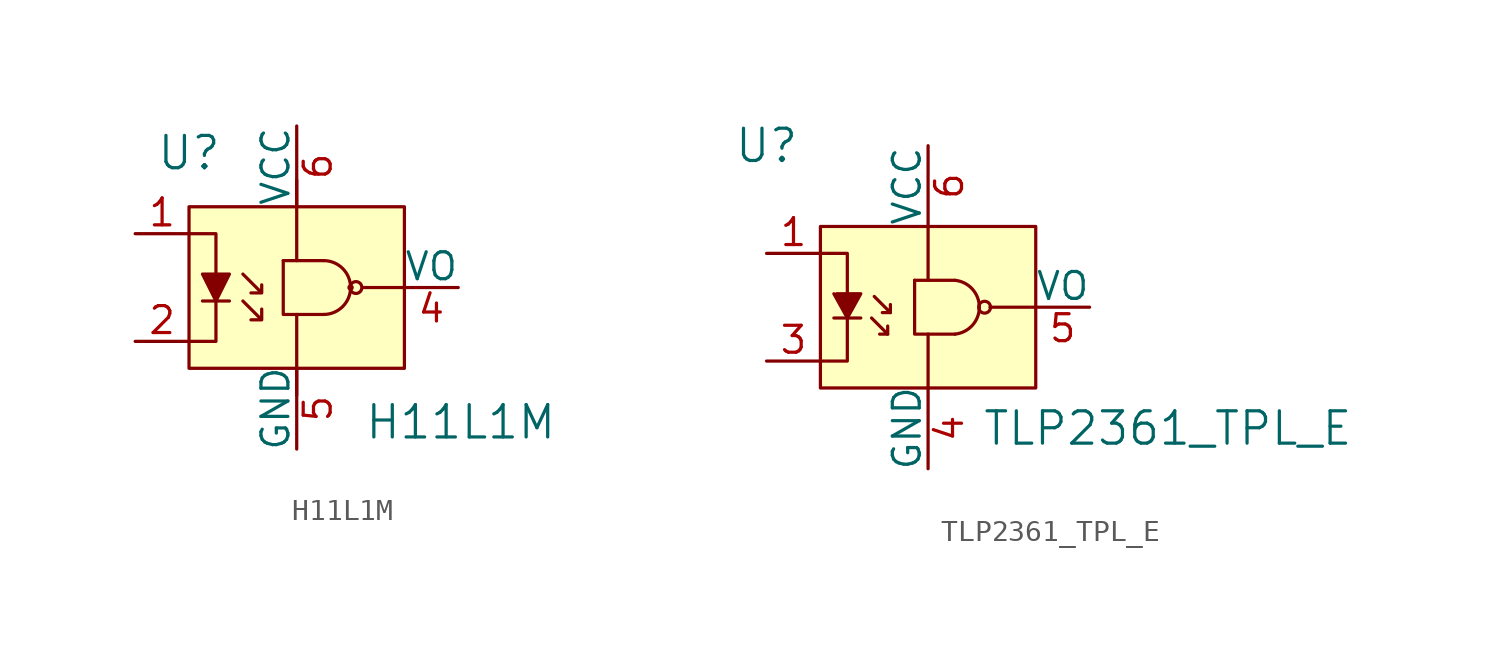
<source format=kicad_sym>
(kicad_symbol_lib
  (version 20231120)
  (generator "kicad_symbol_editor")
  (generator_version "8.0")
  (symbol "H11L1M"
    (pin_names
      (offset 0))
    (property "Reference" "U"
      (at -5.08 6.35 0)
      (effects (font (size 1.524 1.524))))
    (property "Value" "H11L1M"
      (at 3.175 -6.35 0)
      (effects (font (size 1.524 1.524)) (justify left)))
    (symbol "H11L1M_0_1"
      (polyline (pts (xy -4.445 -0.635) (xy -3.175 -0.635)) (stroke (width 0) (type solid)) (fill (type none)))
      (polyline (pts (xy -0.635 1.27) (xy 1.27 1.27)) (stroke (width 0) (type solid)) (fill (type none)))
      (polyline (pts (xy 0 -5.08) (xy 0 -1.27)) (stroke (width 0) (type solid)) (fill (type none)))
      (polyline (pts (xy 0 5.08) (xy 0 1.27)) (stroke (width 0) (type solid)) (fill (type none)))
      (polyline (pts (xy 3.175 0) (xy 5.08 0)) (stroke (width 0) (type solid)) (fill (type none)))
      (polyline (pts (xy -5.08 2.54) (xy -3.81 2.54) (xy -3.81 0)) (stroke (width 0) (type solid)) (fill (type none)))
      (polyline (pts (xy -3.81 -0.635) (xy -3.81 -2.54) (xy -5.08 -2.54)) (stroke (width 0) (type solid)) (fill (type none)))
      (polyline (pts (xy -0.635 1.27) (xy -0.635 -1.27) (xy 1.27 -1.27)) (stroke (width 0) (type solid)) (fill (type none)))
      (polyline (pts (xy -3.81 -0.635) (xy -4.445 0.635) (xy -3.175 0.635) (xy -3.81 -0.635)) (stroke (width 0) (type solid)) (fill (type outline)))
      (polyline (pts (xy -2.54 -0.635) (xy -1.651 -1.524) (xy -1.651 -1.016) (xy -1.651 -1.524) (xy -2.159 -1.524)) (stroke (width 0) (type solid)) (fill (type none)))
      (polyline (pts (xy -2.54 0.635) (xy -1.651 -0.254) (xy -1.651 0.127) (xy -1.651 -0.254) (xy -2.159 -0.254)) (stroke (width 0) (type solid)) (fill (type none)))
      (arc (start 1.27 -1.27) (mid 2.54 0) (end 1.27 1.27) (stroke (width 0) (type solid)) (fill (type none)))
      (circle (center 2.54 0) (radius 0.0001) (stroke (width 0) (type solid)) (fill (type none)))
      (circle (center 2.794 0) (radius 0.279) (stroke (width 0) (type solid)) (fill (type none))))
    (symbol "H11L1M_1_1"
      (rectangle (start -5.08 3.81) (end 5.08 -3.81) (stroke (width 0) (type solid)) (fill (type background)))
      (pin passive line (at -7.62 2.54 0) (length 2.54) (name "~" (effects (font (size 1.27 1.27)))) (number "1" (effects (font (size 1.27 1.27)))))
      (pin passive line (at -7.62 -2.54 0) (length 2.54) (name "~" (effects (font (size 1.27 1.27)))) (number "2" (effects (font (size 1.27 1.27)))))
      (pin no_connect line (at 5.08 -2.54 180) (length 2.54) hide (name "NC" (effects (font (size 1.27 1.27)))) (number "3" (effects (font (size 1.27 1.27)))))
      (pin output line (at 7.62 0 180) (length 2.54) (name "VO" (effects (font (size 1.27 1.27)))) (number "4" (effects (font (size 1.27 1.27)))))
      (pin power_in line (at 0 -7.62 90) (length 3.81) (name "GND" (effects (font (size 1.27 1.27)))) (number "5" (effects (font (size 1.27 1.27)))))
      (pin power_in line (at 0 7.62 270) (length 3.81) (name "VCC" (effects (font (size 1.27 1.27)))) (number "6" (effects (font (size 1.27 1.27)))))))
  (symbol "TLP2361_TPL_E"
    (pin_names
      (offset 0))
    (property "Reference" "U"
      (at -7.62 7.62 0)
      (effects (font (size 1.524 1.524))))
    (property "Value" "TLP2361_TPL_E"
      (at 2.54 -5.715 0)
      (effects (font (size 1.524 1.524)) (justify left)))
    (symbol "TLP2361_TPL_E_0_1"
      (rectangle (start -5.08 3.81) (end 5.08 -3.81) (stroke (width 0) (type solid)) (fill (type background)))
      (polyline (pts (xy -4.445 -0.508) (xy -3.175 -0.508)) (stroke (width 0) (type solid)) (fill (type none)))
      (polyline (pts (xy -1.905 -1.27) (xy -1.905 -0.889)) (stroke (width 0) (type solid)) (fill (type none)))
      (polyline (pts (xy -1.778 -0.254) (xy -2.159 -0.254)) (stroke (width 0) (type solid)) (fill (type none)))
      (polyline (pts (xy -0.635 1.27) (xy 1.27 1.27)) (stroke (width 0) (type solid)) (fill (type none)))
      (polyline (pts (xy 0 -3.81) (xy 0 -1.27)) (stroke (width 0) (type solid)) (fill (type none)))
      (polyline (pts (xy 0 3.81) (xy 0 1.27)) (stroke (width 0) (type solid)) (fill (type none)))
      (polyline (pts (xy 2.921 0) (xy 5.08 0)) (stroke (width 0) (type solid)) (fill (type none)))
      (polyline (pts (xy -5.08 -2.54) (xy -3.81 -2.54) (xy -3.81 -0.254)) (stroke (width 0) (type solid)) (fill (type none)))
      (polyline (pts (xy -5.08 2.54) (xy -3.81 2.54) (xy -3.81 0.508)) (stroke (width 0) (type solid)) (fill (type none)))
      (polyline (pts (xy -2.667 -0.508) (xy -1.905 -1.27) (xy -2.286 -1.27)) (stroke (width 0) (type solid)) (fill (type none)))
      (polyline (pts (xy -2.54 0.508) (xy -1.778 -0.254) (xy -1.778 0.127)) (stroke (width 0) (type solid)) (fill (type none)))
      (polyline (pts (xy -0.635 1.27) (xy -0.635 -1.27) (xy 1.27 -1.27)) (stroke (width 0) (type solid)) (fill (type none)))
      (polyline (pts (xy -4.318 0.635) (xy -3.175 0.635) (xy -3.81 -0.508) (xy -4.445 0.635)) (stroke (width 0) (type solid)) (fill (type outline)))
      (arc (start 1.27 -1.27) (mid 2.4193 0) (end 1.27 1.27) (stroke (width 0) (type solid)) (fill (type none)))
      (circle (center 2.667 0) (radius 0.279) (stroke (width 0) (type solid)) (fill (type none))))
    (symbol "TLP2361_TPL_E_1_1"
      (pin passive line (at -7.62 2.54 0) (length 2.54) (name "~" (effects (font (size 1.27 1.27)))) (number "1" (effects (font (size 1.27 1.27)))))
      (pin passive line (at -7.62 -2.54 0) (length 2.54) (name "~" (effects (font (size 1.27 1.27)))) (number "3" (effects (font (size 1.27 1.27)))))
      (pin power_in line (at 0 -7.62 90) (length 3.81) (name "GND" (effects (font (size 1.27 1.27)))) (number "4" (effects (font (size 1.27 1.27)))))
      (pin output line (at 7.62 0 180) (length 2.54) (name "VO" (effects (font (size 1.27 1.27)))) (number "5" (effects (font (size 1.27 1.27)))))
      (pin power_in line (at 0 7.62 270) (length 3.81) (name "VCC" (effects (font (size 1.27 1.27)))) (number "6" (effects (font (size 1.27 1.27))))))))
</source>
